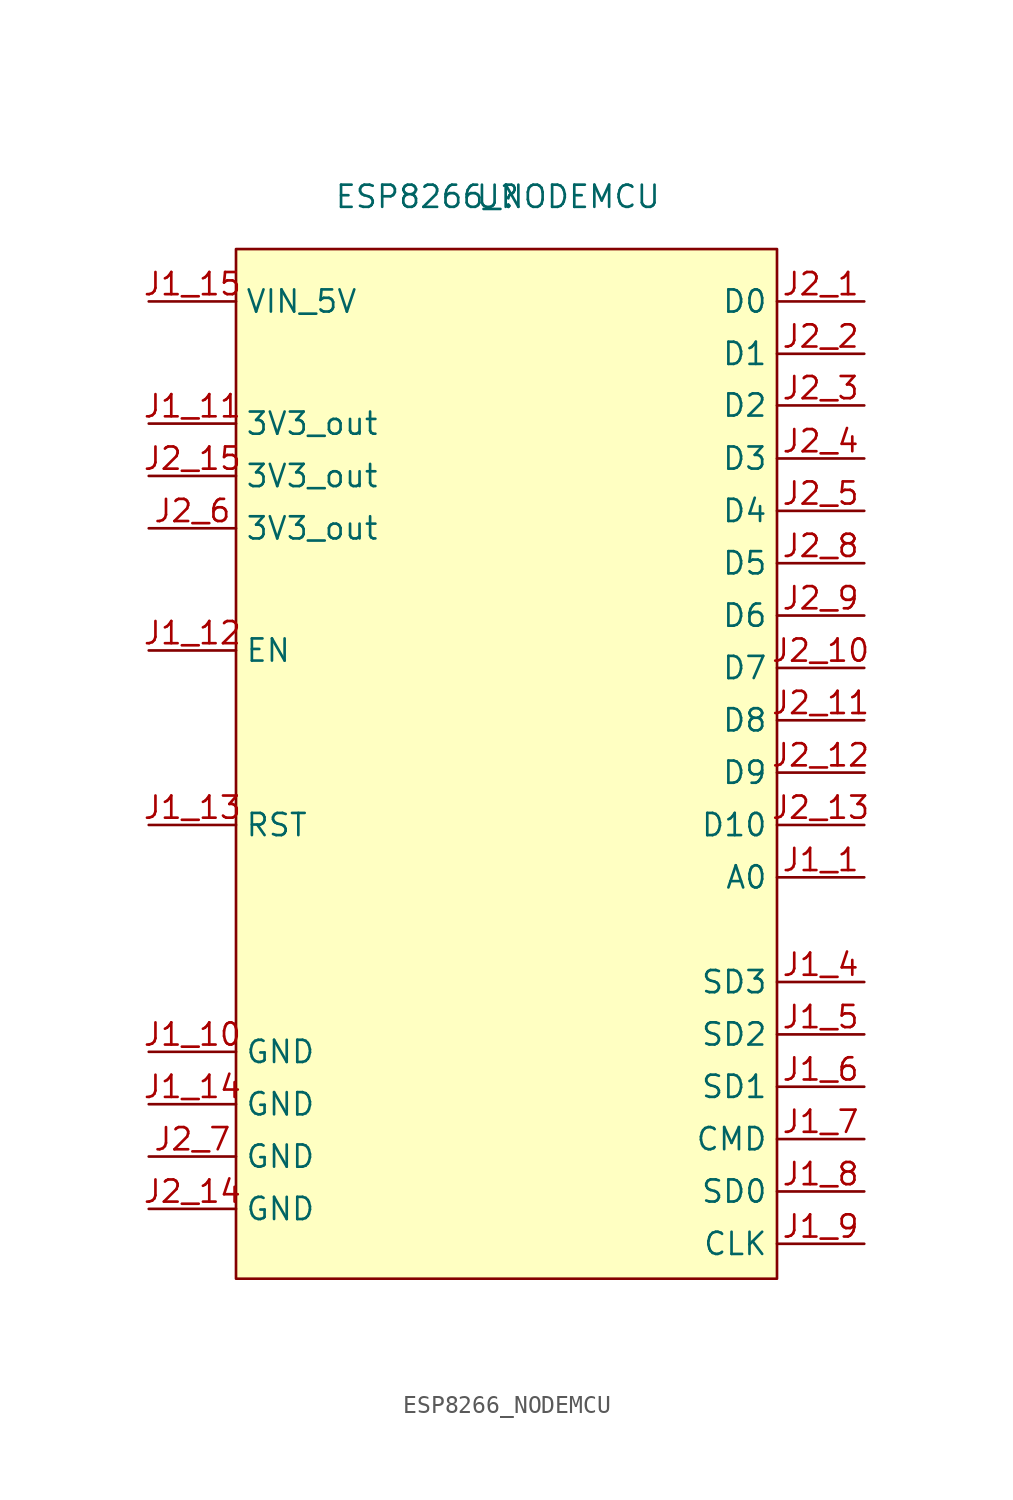
<source format=kicad_sym>
(kicad_symbol_lib
  (version 20211014)
  (generator kicad_symbol_editor)
  (symbol "ESP8266_NODEMCU"
    (property "Reference" "U"
      (at 0 0 0)
      (effects (font (size 1.27 1.27))))
    (property "Value" "ESP8266_NODEMCU"
      (at 0 0 0)
      (effects (font (size 1.27 1.27))))
    (symbol "ESP8266_NODEMCU_0_0"
      (pin passive line (at 21 -39 180) (length 5) (name "A0" (effects (font (size 1.27 1.27)))) (number "J1_1" (effects (font (size 1.27 1.27)))))
      (pin passive line (at -20 -49 0) (length 5) (name "GND" (effects (font (size 1.27 1.27)))) (number "J1_10" (effects (font (size 1.27 1.27)))))
      (pin passive line (at -20 -13 0) (length 5) (name "3V3_out" (effects (font (size 1.27 1.27)))) (number "J1_11" (effects (font (size 1.27 1.27)))))
      (pin passive line (at -20 -26 0) (length 5) (name "EN" (effects (font (size 1.27 1.27)))) (number "J1_12" (effects (font (size 1.27 1.27)))))
      (pin passive line (at -20 -36 0) (length 5) (name "RST" (effects (font (size 1.27 1.27)))) (number "J1_13" (effects (font (size 1.27 1.27)))))
      (pin passive line (at 21 -45 180) (length 5) (name "SD3" (effects (font (size 1.27 1.27)))) (number "J1_4" (effects (font (size 1.27 1.27)))))
      (pin passive line (at 21 -48 180) (length 5) (name "SD2" (effects (font (size 1.27 1.27)))) (number "J1_5" (effects (font (size 1.27 1.27)))))
      (pin passive line (at 21 -51 180) (length 5) (name "SD1" (effects (font (size 1.27 1.27)))) (number "J1_6" (effects (font (size 1.27 1.27)))))
      (pin passive line (at 21 -54 180) (length 5) (name "CMD" (effects (font (size 1.27 1.27)))) (number "J1_7" (effects (font (size 1.27 1.27)))))
      (pin passive line (at 21 -57 180) (length 5) (name "SD0" (effects (font (size 1.27 1.27)))) (number "J1_8" (effects (font (size 1.27 1.27)))))
      (pin passive line (at 21 -60 180) (length 5) (name "CLK" (effects (font (size 1.27 1.27)))) (number "J1_9" (effects (font (size 1.27 1.27)))))
      (pin passive line (at 21 -6 180) (length 5) (name "D0" (effects (font (size 1.27 1.27)))) (number "J2_1" (effects (font (size 1.27 1.27)))))
      (pin passive line (at 21 -27 180) (length 5) (name "D7" (effects (font (size 1.27 1.27)))) (number "J2_10" (effects (font (size 1.27 1.27)))))
      (pin passive line (at 21 -30 180) (length 5) (name "D8" (effects (font (size 1.27 1.27)))) (number "J2_11" (effects (font (size 1.27 1.27)))))
      (pin passive line (at 21 -33 180) (length 5) (name "D9" (effects (font (size 1.27 1.27)))) (number "J2_12" (effects (font (size 1.27 1.27)))))
      (pin passive line (at 21 -36 180) (length 5) (name "D10" (effects (font (size 1.27 1.27)))) (number "J2_13" (effects (font (size 1.27 1.27)))))
      (pin passive line (at -20 -58 0) (length 5) (name "GND" (effects (font (size 1.27 1.27)))) (number "J2_14" (effects (font (size 1.27 1.27)))))
      (pin passive line (at -20 -16 0) (length 5) (name "3V3_out" (effects (font (size 1.27 1.27)))) (number "J2_15" (effects (font (size 1.27 1.27)))))
      (pin passive line (at 21 -9 180) (length 5) (name "D1" (effects (font (size 1.27 1.27)))) (number "J2_2" (effects (font (size 1.27 1.27)))))
      (pin passive line (at 21 -11.96 180) (length 5) (name "D2" (effects (font (size 1.27 1.27)))) (number "J2_3" (effects (font (size 1.27 1.27)))))
      (pin passive line (at 21 -15 180) (length 5) (name "D3" (effects (font (size 1.27 1.27)))) (number "J2_4" (effects (font (size 1.27 1.27)))))
      (pin passive line (at 21 -18 180) (length 5) (name "D4" (effects (font (size 1.27 1.27)))) (number "J2_5" (effects (font (size 1.27 1.27)))))
      (pin passive line (at -20 -19 0) (length 5) (name "3V3_out" (effects (font (size 1.27 1.27)))) (number "J2_6" (effects (font (size 1.27 1.27)))))
      (pin passive line (at -20 -55 0) (length 5) (name "GND" (effects (font (size 1.27 1.27)))) (number "J2_7" (effects (font (size 1.27 1.27)))))
      (pin passive line (at 21 -21 180) (length 5) (name "D5" (effects (font (size 1.27 1.27)))) (number "J2_8" (effects (font (size 1.27 1.27)))))
      (pin passive line (at 21 -24 180) (length 5) (name "D6" (effects (font (size 1.27 1.27)))) (number "J2_9" (effects (font (size 1.27 1.27))))))
    (symbol "ESP8266_NODEMCU_0_1"
      (rectangle (start -15 -3) (end 16 -62) (stroke (width 0) (type default) (color 0 0 0 0)) (fill (type background))))
    (symbol "ESP8266_NODEMCU_1_1"
      (pin passive line (at -20 -52 0) (length 5) (name "GND" (effects (font (size 1.27 1.27)))) (number "J1_14" (effects (font (size 1.27 1.27)))))
      (pin passive line (at -20 -6 0) (length 5) (name "VIN_5V" (effects (font (size 1.27 1.27)))) (number "J1_15" (effects (font (size 1.27 1.27))))))))
</source>
